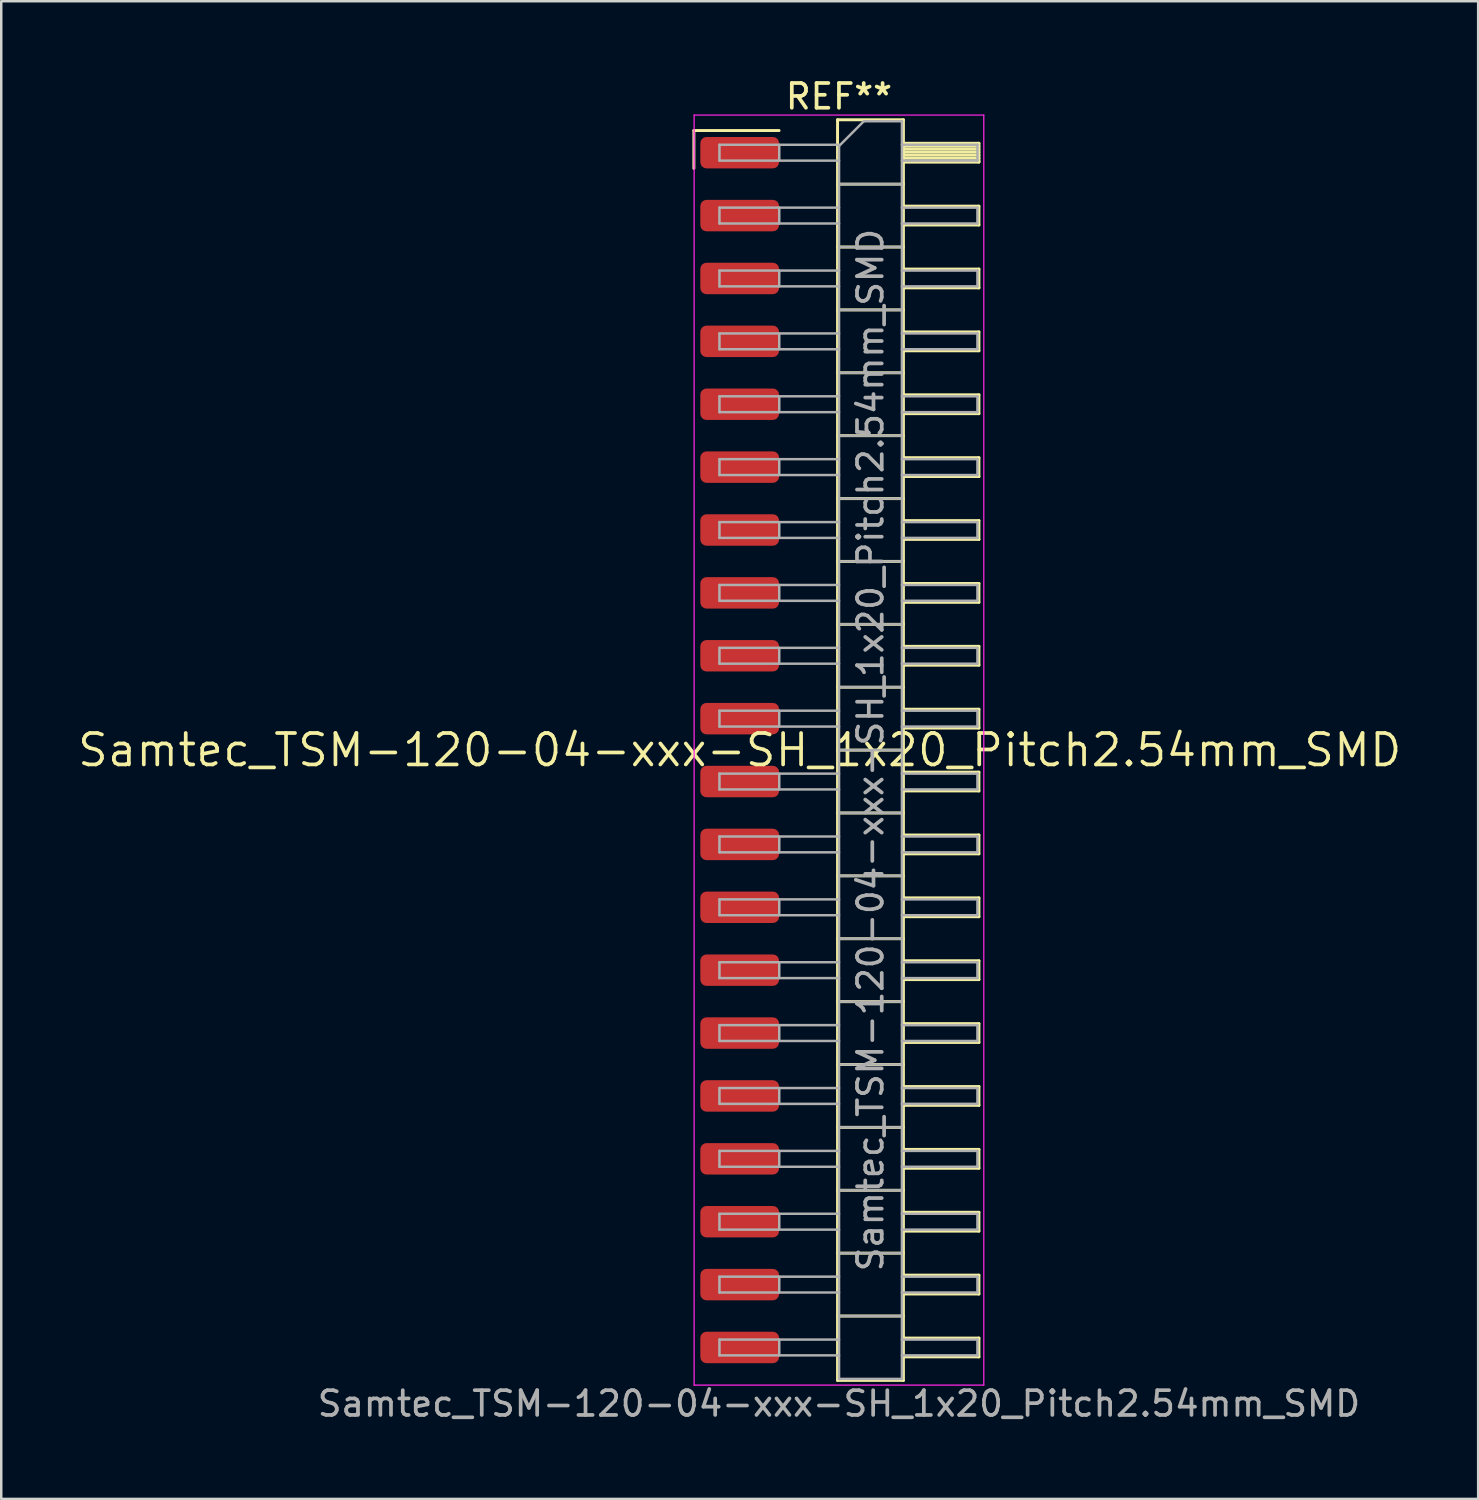
<source format=kicad_pcb>
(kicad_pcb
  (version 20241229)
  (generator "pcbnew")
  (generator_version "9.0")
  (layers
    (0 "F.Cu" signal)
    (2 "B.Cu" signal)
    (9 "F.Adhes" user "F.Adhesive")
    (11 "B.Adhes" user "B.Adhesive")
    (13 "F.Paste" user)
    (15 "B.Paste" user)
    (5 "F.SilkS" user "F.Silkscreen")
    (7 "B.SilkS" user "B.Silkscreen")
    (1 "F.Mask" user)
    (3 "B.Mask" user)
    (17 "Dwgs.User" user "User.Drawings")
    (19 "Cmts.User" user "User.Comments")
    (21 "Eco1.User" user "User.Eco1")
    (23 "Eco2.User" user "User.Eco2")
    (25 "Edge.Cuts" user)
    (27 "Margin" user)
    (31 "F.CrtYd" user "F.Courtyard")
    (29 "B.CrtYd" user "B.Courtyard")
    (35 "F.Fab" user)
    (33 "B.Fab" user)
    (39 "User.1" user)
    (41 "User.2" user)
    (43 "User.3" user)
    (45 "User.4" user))
  (footprint "Samtec_TSM-120-04-xxx-SH_1x20_Pitch2.54mm_SMD"
    (layer "F.Cu")
    (at 26.828 27.248)
    (property "Reference" "Samtec_TSM-120-04-xxx-SH_1x20_Pitch2.54mm_SMD" (at 0 0 0) (layer "F.SilkS") (effects (font (size 1.27 1.27) (thickness 0.15))))
    (attr smd)
    (fp_line (start -1.85 -25.025) (end 1.59 -25.025) (stroke (width 0.12) (type solid)) (layer "F.SilkS"))
    (fp_line (start -1.85 -23.495) (end -1.85 -25.025) (stroke (width 0.12) (type solid)) (layer "F.SilkS"))
    (fp_line (start 3.953 -25.46) (end 6.613 -25.46) (stroke (width 0.12) (type solid)) (layer "F.SilkS"))
    (fp_line (start 3.953 -22.86) (end 6.613 -22.86) (stroke (width 0.12) (type solid)) (layer "F.SilkS"))
    (fp_line (start 3.953 -20.32) (end 6.613 -20.32) (stroke (width 0.12) (type solid)) (layer "F.SilkS"))
    (fp_line (start 3.953 -17.78) (end 6.613 -17.78) (stroke (width 0.12) (type solid)) (layer "F.SilkS"))
    (fp_line (start 3.953 -15.24) (end 6.613 -15.24) (stroke (width 0.12) (type solid)) (layer "F.SilkS"))
    (fp_line (start 3.953 -12.7) (end 6.613 -12.7) (stroke (width 0.12) (type solid)) (layer "F.SilkS"))
    (fp_line (start 3.953 -10.16) (end 6.613 -10.16) (stroke (width 0.12) (type solid)) (layer "F.SilkS"))
    (fp_line (start 3.953 -7.62) (end 6.613 -7.62) (stroke (width 0.12) (type solid)) (layer "F.SilkS"))
    (fp_line (start 3.953 -5.08) (end 6.613 -5.08) (stroke (width 0.12) (type solid)) (layer "F.SilkS"))
    (fp_line (start 3.953 -2.54) (end 6.613 -2.54) (stroke (width 0.12) (type solid)) (layer "F.SilkS"))
    (fp_line (start 3.953 0) (end 6.613 0) (stroke (width 0.12) (type solid)) (layer "F.SilkS"))
    (fp_line (start 3.953 2.54) (end 6.613 2.54) (stroke (width 0.12) (type solid)) (layer "F.SilkS"))
    (fp_line (start 3.953 5.08) (end 6.613 5.08) (stroke (width 0.12) (type solid)) (layer "F.SilkS"))
    (fp_line (start 3.953 7.62) (end 6.613 7.62) (stroke (width 0.12) (type solid)) (layer "F.SilkS"))
    (fp_line (start 3.953 10.16) (end 6.613 10.16) (stroke (width 0.12) (type solid)) (layer "F.SilkS"))
    (fp_line (start 3.953 12.7) (end 6.613 12.7) (stroke (width 0.12) (type solid)) (layer "F.SilkS"))
    (fp_line (start 3.953 15.24) (end 6.613 15.24) (stroke (width 0.12) (type solid)) (layer "F.SilkS"))
    (fp_line (start 3.953 17.78) (end 6.613 17.78) (stroke (width 0.12) (type solid)) (layer "F.SilkS"))
    (fp_line (start 3.953 20.32) (end 6.613 20.32) (stroke (width 0.12) (type solid)) (layer "F.SilkS"))
    (fp_line (start 3.953 22.86) (end 6.613 22.86) (stroke (width 0.12) (type solid)) (layer "F.SilkS"))
    (fp_line (start 3.953 25.46) (end 3.953 -25.46) (stroke (width 0.12) (type solid)) (layer "F.SilkS"))
    (fp_line (start 6.613 -25.46) (end 6.613 25.46) (stroke (width 0.12) (type solid)) (layer "F.SilkS"))
    (fp_line (start 6.613 -24.51) (end 9.663 -24.51) (stroke (width 0.12) (type solid)) (layer "F.SilkS"))
    (fp_line (start 6.613 -24.39) (end 9.663 -24.39) (stroke (width 0.12) (type solid)) (layer "F.SilkS"))
    (fp_line (start 6.613 -24.27) (end 9.663 -24.27) (stroke (width 0.12) (type solid)) (layer "F.SilkS"))
    (fp_line (start 6.613 -24.15) (end 9.663 -24.15) (stroke (width 0.12) (type solid)) (layer "F.SilkS"))
    (fp_line (start 6.613 -24.03) (end 9.663 -24.03) (stroke (width 0.12) (type solid)) (layer "F.SilkS"))
    (fp_line (start 6.613 -23.91) (end 9.663 -23.91) (stroke (width 0.12) (type solid)) (layer "F.SilkS"))
    (fp_line (start 6.613 -23.79) (end 9.663 -23.79) (stroke (width 0.12) (type solid)) (layer "F.SilkS"))
    (fp_line (start 6.613 -23.75) (end 9.663 -23.75) (stroke (width 0.12) (type solid)) (layer "F.SilkS"))
    (fp_line (start 6.613 -21.97) (end 9.663 -21.97) (stroke (width 0.12) (type solid)) (layer "F.SilkS"))
    (fp_line (start 6.613 -21.21) (end 9.663 -21.21) (stroke (width 0.12) (type solid)) (layer "F.SilkS"))
    (fp_line (start 6.613 -19.43) (end 9.663 -19.43) (stroke (width 0.12) (type solid)) (layer "F.SilkS"))
    (fp_line (start 6.613 -18.67) (end 9.663 -18.67) (stroke (width 0.12) (type solid)) (layer "F.SilkS"))
    (fp_line (start 6.613 -16.89) (end 9.663 -16.89) (stroke (width 0.12) (type solid)) (layer "F.SilkS"))
    (fp_line (start 6.613 -16.13) (end 9.663 -16.13) (stroke (width 0.12) (type solid)) (layer "F.SilkS"))
    (fp_line (start 6.613 -14.35) (end 9.663 -14.35) (stroke (width 0.12) (type solid)) (layer "F.SilkS"))
    (fp_line (start 6.613 -13.59) (end 9.663 -13.59) (stroke (width 0.12) (type solid)) (layer "F.SilkS"))
    (fp_line (start 6.613 -11.81) (end 9.663 -11.81) (stroke (width 0.12) (type solid)) (layer "F.SilkS"))
    (fp_line (start 6.613 -11.05) (end 9.663 -11.05) (stroke (width 0.12) (type solid)) (layer "F.SilkS"))
    (fp_line (start 6.613 -9.27) (end 9.663 -9.27) (stroke (width 0.12) (type solid)) (layer "F.SilkS"))
    (fp_line (start 6.613 -8.51) (end 9.663 -8.51) (stroke (width 0.12) (type solid)) (layer "F.SilkS"))
    (fp_line (start 6.613 -6.73) (end 9.663 -6.73) (stroke (width 0.12) (type solid)) (layer "F.SilkS"))
    (fp_line (start 6.613 -5.97) (end 9.663 -5.97) (stroke (width 0.12) (type solid)) (layer "F.SilkS"))
    (fp_line (start 6.613 -4.19) (end 9.663 -4.19) (stroke (width 0.12) (type solid)) (layer "F.SilkS"))
    (fp_line (start 6.613 -3.43) (end 9.663 -3.43) (stroke (width 0.12) (type solid)) (layer "F.SilkS"))
    (fp_line (start 6.613 -1.65) (end 9.663 -1.65) (stroke (width 0.12) (type solid)) (layer "F.SilkS"))
    (fp_line (start 6.613 -0.89) (end 9.663 -0.89) (stroke (width 0.12) (type solid)) (layer "F.SilkS"))
    (fp_line (start 6.613 0.89) (end 9.663 0.89) (stroke (width 0.12) (type solid)) (layer "F.SilkS"))
    (fp_line (start 6.613 1.65) (end 9.663 1.65) (stroke (width 0.12) (type solid)) (layer "F.SilkS"))
    (fp_line (start 6.613 3.43) (end 9.663 3.43) (stroke (width 0.12) (type solid)) (layer "F.SilkS"))
    (fp_line (start 6.613 4.19) (end 9.663 4.19) (stroke (width 0.12) (type solid)) (layer "F.SilkS"))
    (fp_line (start 6.613 5.97) (end 9.663 5.97) (stroke (width 0.12) (type solid)) (layer "F.SilkS"))
    (fp_line (start 6.613 6.73) (end 9.663 6.73) (stroke (width 0.12) (type solid)) (layer "F.SilkS"))
    (fp_line (start 6.613 8.51) (end 9.663 8.51) (stroke (width 0.12) (type solid)) (layer "F.SilkS"))
    (fp_line (start 6.613 9.27) (end 9.663 9.27) (stroke (width 0.12) (type solid)) (layer "F.SilkS"))
    (fp_line (start 6.613 11.05) (end 9.663 11.05) (stroke (width 0.12) (type solid)) (layer "F.SilkS"))
    (fp_line (start 6.613 11.81) (end 9.663 11.81) (stroke (width 0.12) (type solid)) (layer "F.SilkS"))
    (fp_line (start 6.613 13.59) (end 9.663 13.59) (stroke (width 0.12) (type solid)) (layer "F.SilkS"))
    (fp_line (start 6.613 14.35) (end 9.663 14.35) (stroke (width 0.12) (type solid)) (layer "F.SilkS"))
    (fp_line (start 6.613 16.13) (end 9.663 16.13) (stroke (width 0.12) (type solid)) (layer "F.SilkS"))
    (fp_line (start 6.613 16.89) (end 9.663 16.89) (stroke (width 0.12) (type solid)) (layer "F.SilkS"))
    (fp_line (start 6.613 18.67) (end 9.663 18.67) (stroke (width 0.12) (type solid)) (layer "F.SilkS"))
    (fp_line (start 6.613 19.43) (end 9.663 19.43) (stroke (width 0.12) (type solid)) (layer "F.SilkS"))
    (fp_line (start 6.613 21.21) (end 9.663 21.21) (stroke (width 0.12) (type solid)) (layer "F.SilkS"))
    (fp_line (start 6.613 21.97) (end 9.663 21.97) (stroke (width 0.12) (type solid)) (layer "F.SilkS"))
    (fp_line (start 6.613 23.75) (end 9.663 23.75) (stroke (width 0.12) (type solid)) (layer "F.SilkS"))
    (fp_line (start 6.613 24.51) (end 9.663 24.51) (stroke (width 0.12) (type solid)) (layer "F.SilkS"))
    (fp_line (start 6.613 25.46) (end 3.953 25.46) (stroke (width 0.12) (type solid)) (layer "F.SilkS"))
    (fp_line (start 9.663 -24.51) (end 9.663 -23.75) (stroke (width 0.12) (type solid)) (layer "F.SilkS"))
    (fp_line (start 9.663 -21.97) (end 9.663 -21.21) (stroke (width 0.12) (type solid)) (layer "F.SilkS"))
    (fp_line (start 9.663 -19.43) (end 9.663 -18.67) (stroke (width 0.12) (type solid)) (layer "F.SilkS"))
    (fp_line (start 9.663 -16.89) (end 9.663 -16.13) (stroke (width 0.12) (type solid)) (layer "F.SilkS"))
    (fp_line (start 9.663 -14.35) (end 9.663 -13.59) (stroke (width 0.12) (type solid)) (layer "F.SilkS"))
    (fp_line (start 9.663 -11.81) (end 9.663 -11.05) (stroke (width 0.12) (type solid)) (layer "F.SilkS"))
    (fp_line (start 9.663 -9.27) (end 9.663 -8.51) (stroke (width 0.12) (type solid)) (layer "F.SilkS"))
    (fp_line (start 9.663 -6.73) (end 9.663 -5.97) (stroke (width 0.12) (type solid)) (layer "F.SilkS"))
    (fp_line (start 9.663 -4.19) (end 9.663 -3.43) (stroke (width 0.12) (type solid)) (layer "F.SilkS"))
    (fp_line (start 9.663 -1.65) (end 9.663 -0.89) (stroke (width 0.12) (type solid)) (layer "F.SilkS"))
    (fp_line (start 9.663 0.89) (end 9.663 1.65) (stroke (width 0.12) (type solid)) (layer "F.SilkS"))
    (fp_line (start 9.663 3.43) (end 9.663 4.19) (stroke (width 0.12) (type solid)) (layer "F.SilkS"))
    (fp_line (start 9.663 5.97) (end 9.663 6.73) (stroke (width 0.12) (type solid)) (layer "F.SilkS"))
    (fp_line (start 9.663 8.51) (end 9.663 9.27) (stroke (width 0.12) (type solid)) (layer "F.SilkS"))
    (fp_line (start 9.663 11.05) (end 9.663 11.81) (stroke (width 0.12) (type solid)) (layer "F.SilkS"))
    (fp_line (start 9.663 13.59) (end 9.663 14.35) (stroke (width 0.12) (type solid)) (layer "F.SilkS"))
    (fp_line (start 9.663 16.13) (end 9.663 16.89) (stroke (width 0.12) (type solid)) (layer "F.SilkS"))
    (fp_line (start 9.663 18.67) (end 9.663 19.43) (stroke (width 0.12) (type solid)) (layer "F.SilkS"))
    (fp_line (start 9.663 21.21) (end 9.663 21.97) (stroke (width 0.12) (type solid)) (layer "F.SilkS"))
    (fp_line (start 9.663 23.75) (end 9.663 24.51) (stroke (width 0.12) (type solid)) (layer "F.SilkS"))
    (fp_line (start -1.84 -25.65) (end 9.86 -25.65) (stroke (width 0.05) (type solid)) (layer "F.CrtYd"))
    (fp_line (start -1.84 25.65) (end -1.84 -25.65) (stroke (width 0.05) (type solid)) (layer "F.CrtYd"))
    (fp_line (start 9.86 -25.65) (end 9.86 25.65) (stroke (width 0.05) (type solid)) (layer "F.CrtYd"))
    (fp_line (start 9.86 25.65) (end -1.84 25.65) (stroke (width 0.05) (type solid)) (layer "F.CrtYd"))
    (fp_line (start -0.817 -24.45) (end -0.817 -23.81) (stroke (width 0.1) (type solid)) (layer "F.Fab"))
    (fp_line (start -0.817 -24.45) (end 4.013 -24.45) (stroke (width 0.1) (type solid)) (layer "F.Fab"))
    (fp_line (start -0.817 -23.81) (end 4.013 -23.81) (stroke (width 0.1) (type solid)) (layer "F.Fab"))
    (fp_line (start -0.817 -21.91) (end -0.817 -21.27) (stroke (width 0.1) (type solid)) (layer "F.Fab"))
    (fp_line (start -0.817 -21.91) (end 4.013 -21.91) (stroke (width 0.1) (type solid)) (layer "F.Fab"))
    (fp_line (start -0.817 -21.27) (end 4.013 -21.27) (stroke (width 0.1) (type solid)) (layer "F.Fab"))
    (fp_line (start -0.817 -19.37) (end -0.817 -18.73) (stroke (width 0.1) (type solid)) (layer "F.Fab"))
    (fp_line (start -0.817 -19.37) (end 4.013 -19.37) (stroke (width 0.1) (type solid)) (layer "F.Fab"))
    (fp_line (start -0.817 -18.73) (end 4.013 -18.73) (stroke (width 0.1) (type solid)) (layer "F.Fab"))
    (fp_line (start -0.817 -16.83) (end -0.817 -16.19) (stroke (width 0.1) (type solid)) (layer "F.Fab"))
    (fp_line (start -0.817 -16.83) (end 4.013 -16.83) (stroke (width 0.1) (type solid)) (layer "F.Fab"))
    (fp_line (start -0.817 -16.19) (end 4.013 -16.19) (stroke (width 0.1) (type solid)) (layer "F.Fab"))
    (fp_line (start -0.817 -14.29) (end -0.817 -13.65) (stroke (width 0.1) (type solid)) (layer "F.Fab"))
    (fp_line (start -0.817 -14.29) (end 4.013 -14.29) (stroke (width 0.1) (type solid)) (layer "F.Fab"))
    (fp_line (start -0.817 -13.65) (end 4.013 -13.65) (stroke (width 0.1) (type solid)) (layer "F.Fab"))
    (fp_line (start -0.817 -11.75) (end -0.817 -11.11) (stroke (width 0.1) (type solid)) (layer "F.Fab"))
    (fp_line (start -0.817 -11.75) (end 4.013 -11.75) (stroke (width 0.1) (type solid)) (layer "F.Fab"))
    (fp_line (start -0.817 -11.11) (end 4.013 -11.11) (stroke (width 0.1) (type solid)) (layer "F.Fab"))
    (fp_line (start -0.817 -9.21) (end -0.817 -8.57) (stroke (width 0.1) (type solid)) (layer "F.Fab"))
    (fp_line (start -0.817 -9.21) (end 4.013 -9.21) (stroke (width 0.1) (type solid)) (layer "F.Fab"))
    (fp_line (start -0.817 -8.57) (end 4.013 -8.57) (stroke (width 0.1) (type solid)) (layer "F.Fab"))
    (fp_line (start -0.817 -6.67) (end -0.817 -6.03) (stroke (width 0.1) (type solid)) (layer "F.Fab"))
    (fp_line (start -0.817 -6.67) (end 4.013 -6.67) (stroke (width 0.1) (type solid)) (layer "F.Fab"))
    (fp_line (start -0.817 -6.03) (end 4.013 -6.03) (stroke (width 0.1) (type solid)) (layer "F.Fab"))
    (fp_line (start -0.817 -4.13) (end -0.817 -3.49) (stroke (width 0.1) (type solid)) (layer "F.Fab"))
    (fp_line (start -0.817 -4.13) (end 4.013 -4.13) (stroke (width 0.1) (type solid)) (layer "F.Fab"))
    (fp_line (start -0.817 -3.49) (end 4.013 -3.49) (stroke (width 0.1) (type solid)) (layer "F.Fab"))
    (fp_line (start -0.817 -1.59) (end -0.817 -0.95) (stroke (width 0.1) (type solid)) (layer "F.Fab"))
    (fp_line (start -0.817 -1.59) (end 4.013 -1.59) (stroke (width 0.1) (type solid)) (layer "F.Fab"))
    (fp_line (start -0.817 -0.95) (end 4.013 -0.95) (stroke (width 0.1) (type solid)) (layer "F.Fab"))
    (fp_line (start -0.817 0.95) (end -0.817 1.59) (stroke (width 0.1) (type solid)) (layer "F.Fab"))
    (fp_line (start -0.817 0.95) (end 4.013 0.95) (stroke (width 0.1) (type solid)) (layer "F.Fab"))
    (fp_line (start -0.817 1.59) (end 4.013 1.59) (stroke (width 0.1) (type solid)) (layer "F.Fab"))
    (fp_line (start -0.817 3.49) (end -0.817 4.13) (stroke (width 0.1) (type solid)) (layer "F.Fab"))
    (fp_line (start -0.817 3.49) (end 4.013 3.49) (stroke (width 0.1) (type solid)) (layer "F.Fab"))
    (fp_line (start -0.817 4.13) (end 4.013 4.13) (stroke (width 0.1) (type solid)) (layer "F.Fab"))
    (fp_line (start -0.817 6.03) (end -0.817 6.67) (stroke (width 0.1) (type solid)) (layer "F.Fab"))
    (fp_line (start -0.817 6.03) (end 4.013 6.03) (stroke (width 0.1) (type solid)) (layer "F.Fab"))
    (fp_line (start -0.817 6.67) (end 4.013 6.67) (stroke (width 0.1) (type solid)) (layer "F.Fab"))
    (fp_line (start -0.817 8.57) (end -0.817 9.21) (stroke (width 0.1) (type solid)) (layer "F.Fab"))
    (fp_line (start -0.817 8.57) (end 4.013 8.57) (stroke (width 0.1) (type solid)) (layer "F.Fab"))
    (fp_line (start -0.817 9.21) (end 4.013 9.21) (stroke (width 0.1) (type solid)) (layer "F.Fab"))
    (fp_line (start -0.817 11.11) (end -0.817 11.75) (stroke (width 0.1) (type solid)) (layer "F.Fab"))
    (fp_line (start -0.817 11.11) (end 4.013 11.11) (stroke (width 0.1) (type solid)) (layer "F.Fab"))
    (fp_line (start -0.817 11.75) (end 4.013 11.75) (stroke (width 0.1) (type solid)) (layer "F.Fab"))
    (fp_line (start -0.817 13.65) (end -0.817 14.29) (stroke (width 0.1) (type solid)) (layer "F.Fab"))
    (fp_line (start -0.817 13.65) (end 4.013 13.65) (stroke (width 0.1) (type solid)) (layer "F.Fab"))
    (fp_line (start -0.817 14.29) (end 4.013 14.29) (stroke (width 0.1) (type solid)) (layer "F.Fab"))
    (fp_line (start -0.817 16.19) (end -0.817 16.83) (stroke (width 0.1) (type solid)) (layer "F.Fab"))
    (fp_line (start -0.817 16.19) (end 4.013 16.19) (stroke (width 0.1) (type solid)) (layer "F.Fab"))
    (fp_line (start -0.817 16.83) (end 4.013 16.83) (stroke (width 0.1) (type solid)) (layer "F.Fab"))
    (fp_line (start -0.817 18.73) (end -0.817 19.37) (stroke (width 0.1) (type solid)) (layer "F.Fab"))
    (fp_line (start -0.817 18.73) (end 4.013 18.73) (stroke (width 0.1) (type solid)) (layer "F.Fab"))
    (fp_line (start -0.817 19.37) (end 4.013 19.37) (stroke (width 0.1) (type solid)) (layer "F.Fab"))
    (fp_line (start -0.817 21.27) (end -0.817 21.91) (stroke (width 0.1) (type solid)) (layer "F.Fab"))
    (fp_line (start -0.817 21.27) (end 4.013 21.27) (stroke (width 0.1) (type solid)) (layer "F.Fab"))
    (fp_line (start -0.817 21.91) (end 4.013 21.91) (stroke (width 0.1) (type solid)) (layer "F.Fab"))
    (fp_line (start -0.817 23.81) (end -0.817 24.45) (stroke (width 0.1) (type solid)) (layer "F.Fab"))
    (fp_line (start -0.817 23.81) (end 4.013 23.81) (stroke (width 0.1) (type solid)) (layer "F.Fab"))
    (fp_line (start -0.817 24.45) (end 4.013 24.45) (stroke (width 0.1) (type solid)) (layer "F.Fab"))
    (fp_line (start 1.598 -24.45) (end 1.598 -23.81) (stroke (width 0.1) (type solid)) (layer "F.Fab"))
    (fp_line (start 1.598 -21.91) (end 1.598 -21.27) (stroke (width 0.1) (type solid)) (layer "F.Fab"))
    (fp_line (start 1.598 -19.37) (end 1.598 -18.73) (stroke (width 0.1) (type solid)) (layer "F.Fab"))
    (fp_line (start 1.598 -16.83) (end 1.598 -16.19) (stroke (width 0.1) (type solid)) (layer "F.Fab"))
    (fp_line (start 1.598 -14.29) (end 1.598 -13.65) (stroke (width 0.1) (type solid)) (layer "F.Fab"))
    (fp_line (start 1.598 -11.75) (end 1.598 -11.11) (stroke (width 0.1) (type solid)) (layer "F.Fab"))
    (fp_line (start 1.598 -9.21) (end 1.598 -8.57) (stroke (width 0.1) (type solid)) (layer "F.Fab"))
    (fp_line (start 1.598 -6.67) (end 1.598 -6.03) (stroke (width 0.1) (type solid)) (layer "F.Fab"))
    (fp_line (start 1.598 -4.13) (end 1.598 -3.49) (stroke (width 0.1) (type solid)) (layer "F.Fab"))
    (fp_line (start 1.598 -1.59) (end 1.598 -0.95) (stroke (width 0.1) (type solid)) (layer "F.Fab"))
    (fp_line (start 1.598 0.95) (end 1.598 1.59) (stroke (width 0.1) (type solid)) (layer "F.Fab"))
    (fp_line (start 1.598 3.49) (end 1.598 4.13) (stroke (width 0.1) (type solid)) (layer "F.Fab"))
    (fp_line (start 1.598 6.03) (end 1.598 6.67) (stroke (width 0.1) (type solid)) (layer "F.Fab"))
    (fp_line (start 1.598 8.57) (end 1.598 9.21) (stroke (width 0.1) (type solid)) (layer "F.Fab"))
    (fp_line (start 1.598 11.11) (end 1.598 11.75) (stroke (width 0.1) (type solid)) (layer "F.Fab"))
    (fp_line (start 1.598 13.65) (end 1.598 14.29) (stroke (width 0.1) (type solid)) (layer "F.Fab"))
    (fp_line (start 1.598 16.19) (end 1.598 16.83) (stroke (width 0.1) (type solid)) (layer "F.Fab"))
    (fp_line (start 1.598 18.73) (end 1.598 19.37) (stroke (width 0.1) (type solid)) (layer "F.Fab"))
    (fp_line (start 1.598 21.27) (end 1.598 21.91) (stroke (width 0.1) (type solid)) (layer "F.Fab"))
    (fp_line (start 1.598 23.81) (end 1.598 24.45) (stroke (width 0.1) (type solid)) (layer "F.Fab"))
    (fp_line (start 4.013 -24.4) (end 5.013 -25.4) (stroke (width 0.1) (type solid)) (layer "F.Fab"))
    (fp_line (start 4.013 -22.86) (end 6.553 -22.86) (stroke (width 0.1) (type solid)) (layer "F.Fab"))
    (fp_line (start 4.013 -20.32) (end 6.553 -20.32) (stroke (width 0.1) (type solid)) (layer "F.Fab"))
    (fp_line (start 4.013 -17.78) (end 6.553 -17.78) (stroke (width 0.1) (type solid)) (layer "F.Fab"))
    (fp_line (start 4.013 -15.24) (end 6.553 -15.24) (stroke (width 0.1) (type solid)) (layer "F.Fab"))
    (fp_line (start 4.013 -12.7) (end 6.553 -12.7) (stroke (width 0.1) (type solid)) (layer "F.Fab"))
    (fp_line (start 4.013 -10.16) (end 6.553 -10.16) (stroke (width 0.1) (type solid)) (layer "F.Fab"))
    (fp_line (start 4.013 -7.62) (end 6.553 -7.62) (stroke (width 0.1) (type solid)) (layer "F.Fab"))
    (fp_line (start 4.013 -5.08) (end 6.553 -5.08) (stroke (width 0.1) (type solid)) (layer "F.Fab"))
    (fp_line (start 4.013 -2.54) (end 6.553 -2.54) (stroke (width 0.1) (type solid)) (layer "F.Fab"))
    (fp_line (start 4.013 0) (end 6.553 0) (stroke (width 0.1) (type solid)) (layer "F.Fab"))
    (fp_line (start 4.013 2.54) (end 6.553 2.54) (stroke (width 0.1) (type solid)) (layer "F.Fab"))
    (fp_line (start 4.013 5.08) (end 6.553 5.08) (stroke (width 0.1) (type solid)) (layer "F.Fab"))
    (fp_line (start 4.013 7.62) (end 6.553 7.62) (stroke (width 0.1) (type solid)) (layer "F.Fab"))
    (fp_line (start 4.013 10.16) (end 6.553 10.16) (stroke (width 0.1) (type solid)) (layer "F.Fab"))
    (fp_line (start 4.013 12.7) (end 6.553 12.7) (stroke (width 0.1) (type solid)) (layer "F.Fab"))
    (fp_line (start 4.013 15.24) (end 6.553 15.24) (stroke (width 0.1) (type solid)) (layer "F.Fab"))
    (fp_line (start 4.013 17.78) (end 6.553 17.78) (stroke (width 0.1) (type solid)) (layer "F.Fab"))
    (fp_line (start 4.013 20.32) (end 6.553 20.32) (stroke (width 0.1) (type solid)) (layer "F.Fab"))
    (fp_line (start 4.013 22.86) (end 6.553 22.86) (stroke (width 0.1) (type solid)) (layer "F.Fab"))
    (fp_line (start 4.013 25.4) (end 4.013 -24.4) (stroke (width 0.1) (type solid)) (layer "F.Fab"))
    (fp_line (start 5.013 -25.4) (end 6.553 -25.4) (stroke (width 0.1) (type solid)) (layer "F.Fab"))
    (fp_line (start 6.553 -25.4) (end 6.553 25.4) (stroke (width 0.1) (type solid)) (layer "F.Fab"))
    (fp_line (start 6.553 -24.45) (end 9.603 -24.45) (stroke (width 0.1) (type solid)) (layer "F.Fab"))
    (fp_line (start 6.553 -23.81) (end 9.603 -23.81) (stroke (width 0.1) (type solid)) (layer "F.Fab"))
    (fp_line (start 6.553 -21.91) (end 9.603 -21.91) (stroke (width 0.1) (type solid)) (layer "F.Fab"))
    (fp_line (start 6.553 -21.27) (end 9.603 -21.27) (stroke (width 0.1) (type solid)) (layer "F.Fab"))
    (fp_line (start 6.553 -19.37) (end 9.603 -19.37) (stroke (width 0.1) (type solid)) (layer "F.Fab"))
    (fp_line (start 6.553 -18.73) (end 9.603 -18.73) (stroke (width 0.1) (type solid)) (layer "F.Fab"))
    (fp_line (start 6.553 -16.83) (end 9.603 -16.83) (stroke (width 0.1) (type solid)) (layer "F.Fab"))
    (fp_line (start 6.553 -16.19) (end 9.603 -16.19) (stroke (width 0.1) (type solid)) (layer "F.Fab"))
    (fp_line (start 6.553 -14.29) (end 9.603 -14.29) (stroke (width 0.1) (type solid)) (layer "F.Fab"))
    (fp_line (start 6.553 -13.65) (end 9.603 -13.65) (stroke (width 0.1) (type solid)) (layer "F.Fab"))
    (fp_line (start 6.553 -11.75) (end 9.603 -11.75) (stroke (width 0.1) (type solid)) (layer "F.Fab"))
    (fp_line (start 6.553 -11.11) (end 9.603 -11.11) (stroke (width 0.1) (type solid)) (layer "F.Fab"))
    (fp_line (start 6.553 -9.21) (end 9.603 -9.21) (stroke (width 0.1) (type solid)) (layer "F.Fab"))
    (fp_line (start 6.553 -8.57) (end 9.603 -8.57) (stroke (width 0.1) (type solid)) (layer "F.Fab"))
    (fp_line (start 6.553 -6.67) (end 9.603 -6.67) (stroke (width 0.1) (type solid)) (layer "F.Fab"))
    (fp_line (start 6.553 -6.03) (end 9.603 -6.03) (stroke (width 0.1) (type solid)) (layer "F.Fab"))
    (fp_line (start 6.553 -4.13) (end 9.603 -4.13) (stroke (width 0.1) (type solid)) (layer "F.Fab"))
    (fp_line (start 6.553 -3.49) (end 9.603 -3.49) (stroke (width 0.1) (type solid)) (layer "F.Fab"))
    (fp_line (start 6.553 -1.59) (end 9.603 -1.59) (stroke (width 0.1) (type solid)) (layer "F.Fab"))
    (fp_line (start 6.553 -0.95) (end 9.603 -0.95) (stroke (width 0.1) (type solid)) (layer "F.Fab"))
    (fp_line (start 6.553 0.95) (end 9.603 0.95) (stroke (width 0.1) (type solid)) (layer "F.Fab"))
    (fp_line (start 6.553 1.59) (end 9.603 1.59) (stroke (width 0.1) (type solid)) (layer "F.Fab"))
    (fp_line (start 6.553 3.49) (end 9.603 3.49) (stroke (width 0.1) (type solid)) (layer "F.Fab"))
    (fp_line (start 6.553 4.13) (end 9.603 4.13) (stroke (width 0.1) (type solid)) (layer "F.Fab"))
    (fp_line (start 6.553 6.03) (end 9.603 6.03) (stroke (width 0.1) (type solid)) (layer "F.Fab"))
    (fp_line (start 6.553 6.67) (end 9.603 6.67) (stroke (width 0.1) (type solid)) (layer "F.Fab"))
    (fp_line (start 6.553 8.57) (end 9.603 8.57) (stroke (width 0.1) (type solid)) (layer "F.Fab"))
    (fp_line (start 6.553 9.21) (end 9.603 9.21) (stroke (width 0.1) (type solid)) (layer "F.Fab"))
    (fp_line (start 6.553 11.11) (end 9.603 11.11) (stroke (width 0.1) (type solid)) (layer "F.Fab"))
    (fp_line (start 6.553 11.75) (end 9.603 11.75) (stroke (width 0.1) (type solid)) (layer "F.Fab"))
    (fp_line (start 6.553 13.65) (end 9.603 13.65) (stroke (width 0.1) (type solid)) (layer "F.Fab"))
    (fp_line (start 6.553 14.29) (end 9.603 14.29) (stroke (width 0.1) (type solid)) (layer "F.Fab"))
    (fp_line (start 6.553 16.19) (end 9.603 16.19) (stroke (width 0.1) (type solid)) (layer "F.Fab"))
    (fp_line (start 6.553 16.83) (end 9.603 16.83) (stroke (width 0.1) (type solid)) (layer "F.Fab"))
    (fp_line (start 6.553 18.73) (end 9.603 18.73) (stroke (width 0.1) (type solid)) (layer "F.Fab"))
    (fp_line (start 6.553 19.37) (end 9.603 19.37) (stroke (width 0.1) (type solid)) (layer "F.Fab"))
    (fp_line (start 6.553 21.27) (end 9.603 21.27) (stroke (width 0.1) (type solid)) (layer "F.Fab"))
    (fp_line (start 6.553 21.91) (end 9.603 21.91) (stroke (width 0.1) (type solid)) (layer "F.Fab"))
    (fp_line (start 6.553 23.81) (end 9.603 23.81) (stroke (width 0.1) (type solid)) (layer "F.Fab"))
    (fp_line (start 6.553 24.45) (end 9.603 24.45) (stroke (width 0.1) (type solid)) (layer "F.Fab"))
    (fp_line (start 6.553 25.4) (end 4.013 25.4) (stroke (width 0.1) (type solid)) (layer "F.Fab"))
    (fp_line (start 9.603 -24.45) (end 9.603 -23.81) (stroke (width 0.1) (type solid)) (layer "F.Fab"))
    (fp_line (start 9.603 -21.91) (end 9.603 -21.27) (stroke (width 0.1) (type solid)) (layer "F.Fab"))
    (fp_line (start 9.603 -19.37) (end 9.603 -18.73) (stroke (width 0.1) (type solid)) (layer "F.Fab"))
    (fp_line (start 9.603 -16.83) (end 9.603 -16.19) (stroke (width 0.1) (type solid)) (layer "F.Fab"))
    (fp_line (start 9.603 -14.29) (end 9.603 -13.65) (stroke (width 0.1) (type solid)) (layer "F.Fab"))
    (fp_line (start 9.603 -11.75) (end 9.603 -11.11) (stroke (width 0.1) (type solid)) (layer "F.Fab"))
    (fp_line (start 9.603 -9.21) (end 9.603 -8.57) (stroke (width 0.1) (type solid)) (layer "F.Fab"))
    (fp_line (start 9.603 -6.67) (end 9.603 -6.03) (stroke (width 0.1) (type solid)) (layer "F.Fab"))
    (fp_line (start 9.603 -4.13) (end 9.603 -3.49) (stroke (width 0.1) (type solid)) (layer "F.Fab"))
    (fp_line (start 9.603 -1.59) (end 9.603 -0.95) (stroke (width 0.1) (type solid)) (layer "F.Fab"))
    (fp_line (start 9.603 0.95) (end 9.603 1.59) (stroke (width 0.1) (type solid)) (layer "F.Fab"))
    (fp_line (start 9.603 3.49) (end 9.603 4.13) (stroke (width 0.1) (type solid)) (layer "F.Fab"))
    (fp_line (start 9.603 6.03) (end 9.603 6.67) (stroke (width 0.1) (type solid)) (layer "F.Fab"))
    (fp_line (start 9.603 8.57) (end 9.603 9.21) (stroke (width 0.1) (type solid)) (layer "F.Fab"))
    (fp_line (start 9.603 11.11) (end 9.603 11.75) (stroke (width 0.1) (type solid)) (layer "F.Fab"))
    (fp_line (start 9.603 13.65) (end 9.603 14.29) (stroke (width 0.1) (type solid)) (layer "F.Fab"))
    (fp_line (start 9.603 16.19) (end 9.603 16.83) (stroke (width 0.1) (type solid)) (layer "F.Fab"))
    (fp_line (start 9.603 18.73) (end 9.603 19.37) (stroke (width 0.1) (type solid)) (layer "F.Fab"))
    (fp_line (start 9.603 21.27) (end 9.603 21.91) (stroke (width 0.1) (type solid)) (layer "F.Fab"))
    (fp_line (start 9.603 23.81) (end 9.603 24.45) (stroke (width 0.1) (type solid)) (layer "F.Fab"))
    (fp_text user "REF**" (at 4.01 -26.4 0) (layer "F.SilkS") (effects (font (size 1 1) (thickness 0.15))))
    (fp_text user "${REFERENCE}" (at 5.283 0 90) (layer "F.Fab") (effects (font (size 1 1) (thickness 0.15))))
    (fp_text user "Samtec_TSM-120-04-xxx-SH_1x20_Pitch2.54mm_SMD" (at 4.01 26.4 0) (layer "F.Fab") (effects (font (size 1 1) (thickness 0.15))))
    (pad "1" smd roundrect (at 0 -24.13) (size 3.18 1.27) (layers "F.Cu" "F.Mask" "F.Paste") (roundrect_rratio 0.197))
    (pad "2" smd roundrect (at 0 -21.59) (size 3.18 1.27) (layers "F.Cu" "F.Mask" "F.Paste") (roundrect_rratio 0.197))
    (pad "3" smd roundrect (at 0 -19.05) (size 3.18 1.27) (layers "F.Cu" "F.Mask" "F.Paste") (roundrect_rratio 0.197))
    (pad "4" smd roundrect (at 0 -16.51) (size 3.18 1.27) (layers "F.Cu" "F.Mask" "F.Paste") (roundrect_rratio 0.197))
    (pad "5" smd roundrect (at 0 -13.97) (size 3.18 1.27) (layers "F.Cu" "F.Mask" "F.Paste") (roundrect_rratio 0.197))
    (pad "6" smd roundrect (at 0 -11.43) (size 3.18 1.27) (layers "F.Cu" "F.Mask" "F.Paste") (roundrect_rratio 0.197))
    (pad "7" smd roundrect (at 0 -8.89) (size 3.18 1.27) (layers "F.Cu" "F.Mask" "F.Paste") (roundrect_rratio 0.197))
    (pad "8" smd roundrect (at 0 -6.35) (size 3.18 1.27) (layers "F.Cu" "F.Mask" "F.Paste") (roundrect_rratio 0.197))
    (pad "9" smd roundrect (at 0 -3.81) (size 3.18 1.27) (layers "F.Cu" "F.Mask" "F.Paste") (roundrect_rratio 0.197))
    (pad "10" smd roundrect (at 0 -1.27) (size 3.18 1.27) (layers "F.Cu" "F.Mask" "F.Paste") (roundrect_rratio 0.197))
    (pad "11" smd roundrect (at 0 1.27) (size 3.18 1.27) (layers "F.Cu" "F.Mask" "F.Paste") (roundrect_rratio 0.197))
    (pad "12" smd roundrect (at 0 3.81) (size 3.18 1.27) (layers "F.Cu" "F.Mask" "F.Paste") (roundrect_rratio 0.197))
    (pad "13" smd roundrect (at 0 6.35) (size 3.18 1.27) (layers "F.Cu" "F.Mask" "F.Paste") (roundrect_rratio 0.197))
    (pad "14" smd roundrect (at 0 8.89) (size 3.18 1.27) (layers "F.Cu" "F.Mask" "F.Paste") (roundrect_rratio 0.197))
    (pad "15" smd roundrect (at 0 11.43) (size 3.18 1.27) (layers "F.Cu" "F.Mask" "F.Paste") (roundrect_rratio 0.197))
    (pad "16" smd roundrect (at 0 13.97) (size 3.18 1.27) (layers "F.Cu" "F.Mask" "F.Paste") (roundrect_rratio 0.197))
    (pad "17" smd roundrect (at 0 16.51) (size 3.18 1.27) (layers "F.Cu" "F.Mask" "F.Paste") (roundrect_rratio 0.197))
    (pad "18" smd roundrect (at 0 19.05) (size 3.18 1.27) (layers "F.Cu" "F.Mask" "F.Paste") (roundrect_rratio 0.197))
    (pad "19" smd roundrect (at 0 21.59) (size 3.18 1.27) (layers "F.Cu" "F.Mask" "F.Paste") (roundrect_rratio 0.197))
    (pad "20" smd roundrect (at 0 24.13) (size 3.18 1.27) (layers "F.Cu" "F.Mask" "F.Paste") (roundrect_rratio 0.197)))
  (gr_rect
    (start -3 -3)
    (end 56.657 57.496)
    (stroke (width 0.1) (type default))
    (fill no)
    (layer "Edge.Cuts")))
</source>
